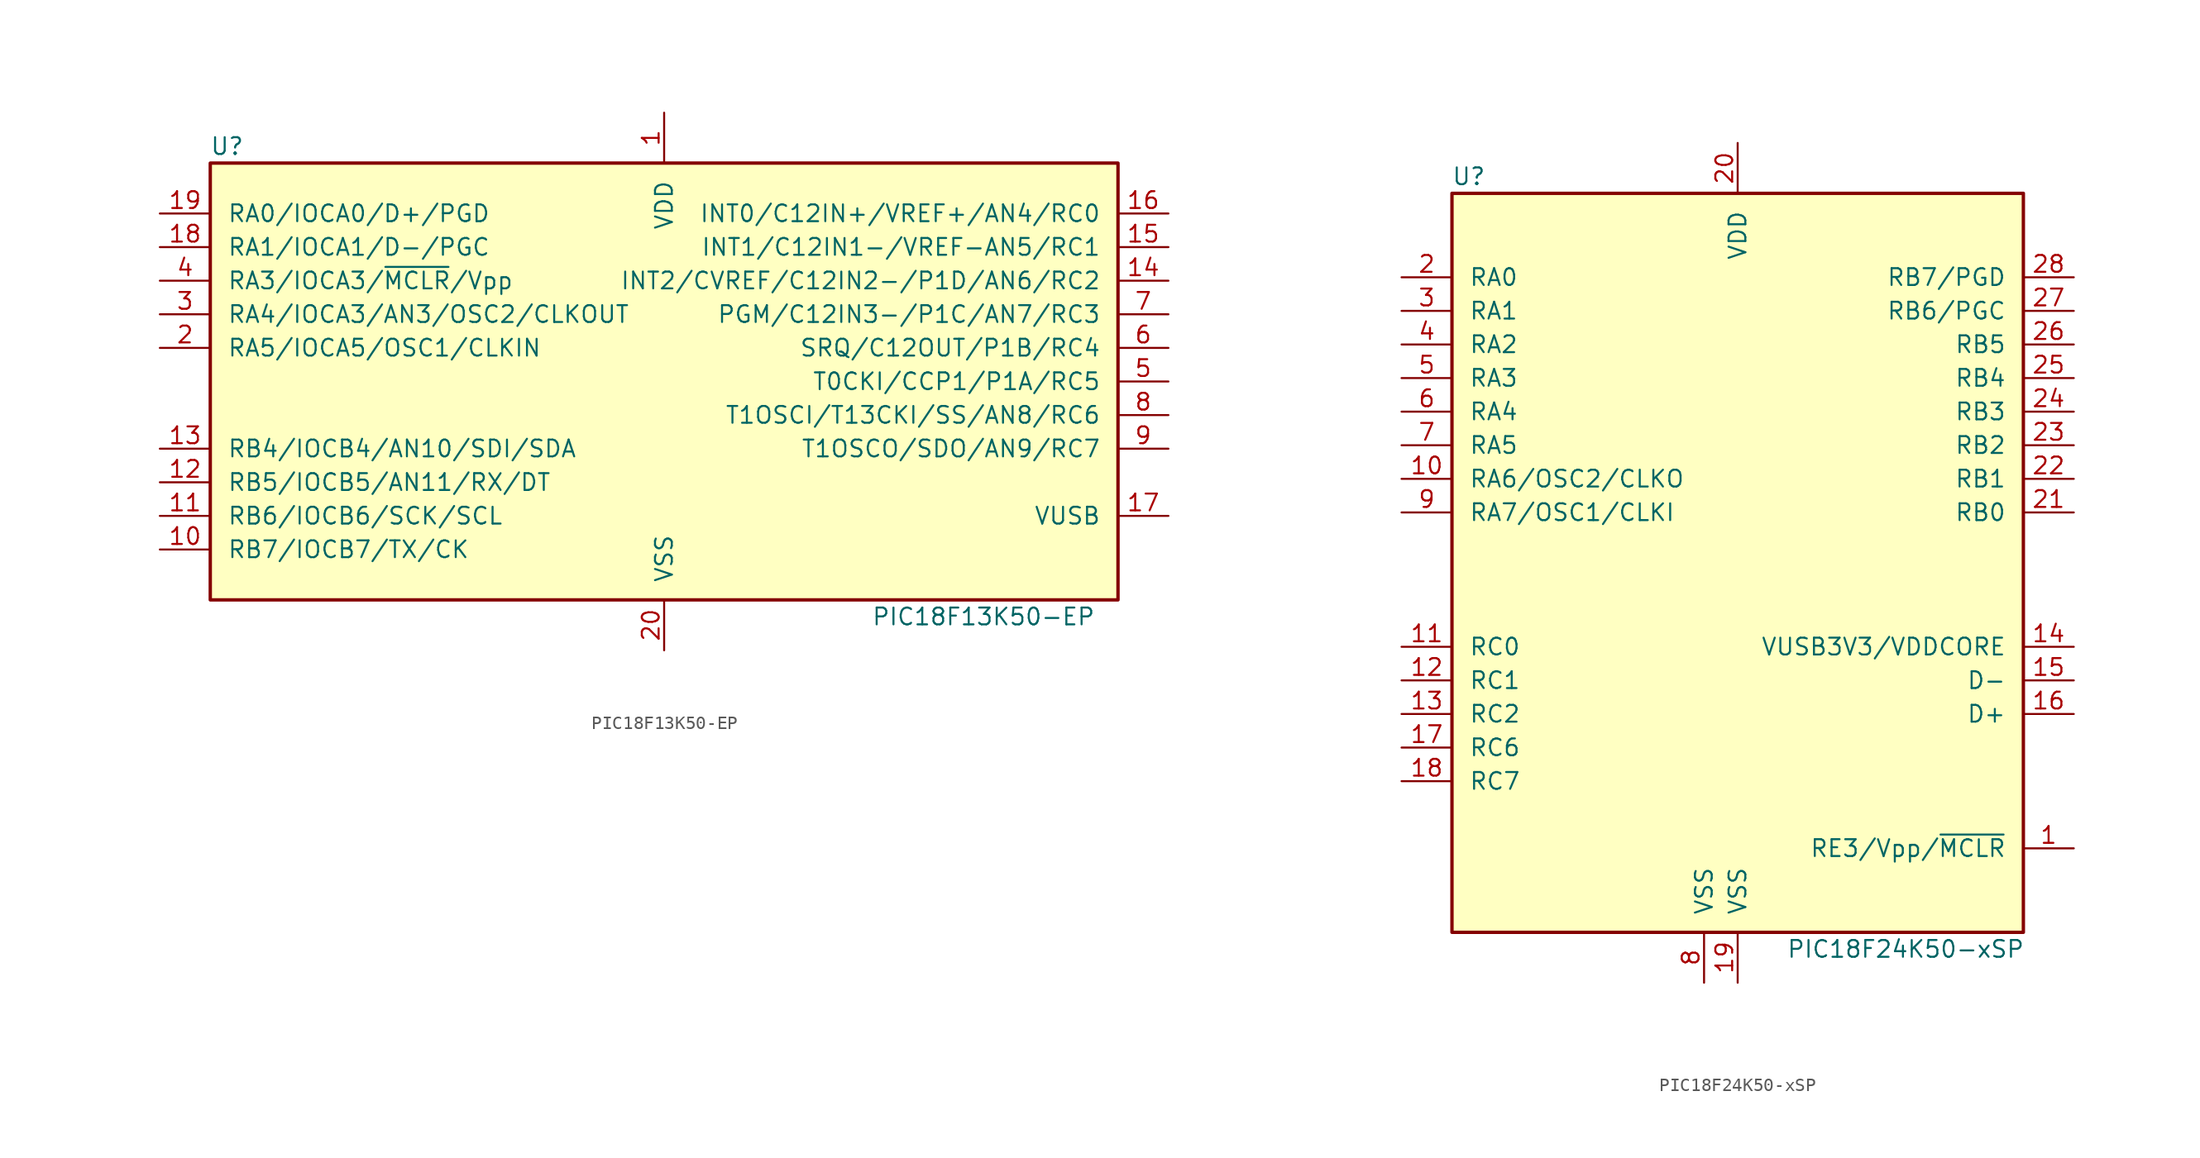
<source format=kicad_sym>
(kicad_symbol_lib
  (version 20200908)
  (generator kicad_symbol_editor)
  (symbol "MCU_Microchip_PIC18:PIC18F13K50-EP"
    (pin_names
      (offset 1.27))
    (property "Reference" "U"
      (at -33.02 17.78 0)
      (effects (font (size 1.27 1.27))))
    (property "Value" "PIC18F13K50-EP"
      (at 24.13 -17.78 0)
      (effects (font (size 1.27 1.27))))
    (symbol "PIC18F13K50-EP_0_1"
      (rectangle (start -34.29 16.51) (end 34.29 -16.51) (stroke (width 0.254)) (fill (type background))))
    (symbol "PIC18F13K50-EP_1_1"
      (pin power_in line (at 0 20.32 270) (length 3.81) (name "VDD" (effects (font (size 1.27 1.27)))) (number "1" (effects (font (size 1.27 1.27)))))
      (pin bidirectional line (at -38.1 -12.7 0) (length 3.81) (name "RB7/IOCB7/TX/CK" (effects (font (size 1.27 1.27)))) (number "10" (effects (font (size 1.27 1.27)))))
      (pin bidirectional line (at -38.1 -10.16 0) (length 3.81) (name "RB6/IOCB6/SCK/SCL" (effects (font (size 1.27 1.27)))) (number "11" (effects (font (size 1.27 1.27)))))
      (pin bidirectional line (at -38.1 -7.62 0) (length 3.81) (name "RB5/IOCB5/AN11/RX/DT" (effects (font (size 1.27 1.27)))) (number "12" (effects (font (size 1.27 1.27)))))
      (pin bidirectional line (at -38.1 -5.08 0) (length 3.81) (name "RB4/IOCB4/AN10/SDI/SDA" (effects (font (size 1.27 1.27)))) (number "13" (effects (font (size 1.27 1.27)))))
      (pin bidirectional line (at 38.1 7.62 180) (length 3.81) (name "INT2/CVREF/C12IN2-/P1D/AN6/RC2" (effects (font (size 1.27 1.27)))) (number "14" (effects (font (size 1.27 1.27)))))
      (pin bidirectional line (at 38.1 10.16 180) (length 3.81) (name "INT1/C12IN1-/VREF-AN5/RC1" (effects (font (size 1.27 1.27)))) (number "15" (effects (font (size 1.27 1.27)))))
      (pin bidirectional line (at 38.1 12.7 180) (length 3.81) (name "INT0/C12IN+/VREF+/AN4/RC0" (effects (font (size 1.27 1.27)))) (number "16" (effects (font (size 1.27 1.27)))))
      (pin passive line (at 38.1 -10.16 180) (length 3.81) (name "VUSB" (effects (font (size 1.27 1.27)))) (number "17" (effects (font (size 1.27 1.27)))))
      (pin bidirectional line (at -38.1 10.16 0) (length 3.81) (name "RA1/IOCA1/D-/PGC" (effects (font (size 1.27 1.27)))) (number "18" (effects (font (size 1.27 1.27)))))
      (pin bidirectional line (at -38.1 12.7 0) (length 3.81) (name "RA0/IOCA0/D+/PGD" (effects (font (size 1.27 1.27)))) (number "19" (effects (font (size 1.27 1.27)))))
      (pin bidirectional line (at -38.1 2.54 0) (length 3.81) (name "RA5/IOCA5/OSC1/CLKIN" (effects (font (size 1.27 1.27)))) (number "2" (effects (font (size 1.27 1.27)))))
      (pin power_in line (at 0 -20.32 90) (length 3.81) (name "VSS" (effects (font (size 1.27 1.27)))) (number "20" (effects (font (size 1.27 1.27)))))
      (pin bidirectional line (at -38.1 5.08 0) (length 3.81) (name "RA4/IOCA3/AN3/OSC2/CLKOUT" (effects (font (size 1.27 1.27)))) (number "3" (effects (font (size 1.27 1.27)))))
      (pin input line (at -38.1 7.62 0) (length 3.81) (name "RA3/IOCA3/~MCLR~/Vpp" (effects (font (size 1.27 1.27)))) (number "4" (effects (font (size 1.27 1.27)))))
      (pin bidirectional line (at 38.1 0 180) (length 3.81) (name "T0CKI/CCP1/P1A/RC5" (effects (font (size 1.27 1.27)))) (number "5" (effects (font (size 1.27 1.27)))))
      (pin bidirectional line (at 38.1 2.54 180) (length 3.81) (name "SRQ/C12OUT/P1B/RC4" (effects (font (size 1.27 1.27)))) (number "6" (effects (font (size 1.27 1.27)))))
      (pin bidirectional line (at 38.1 5.08 180) (length 3.81) (name "PGM/C12IN3-/P1C/AN7/RC3" (effects (font (size 1.27 1.27)))) (number "7" (effects (font (size 1.27 1.27)))))
      (pin bidirectional line (at 38.1 -2.54 180) (length 3.81) (name "T1OSCI/T13CKI/SS/AN8/RC6" (effects (font (size 1.27 1.27)))) (number "8" (effects (font (size 1.27 1.27)))))
      (pin bidirectional line (at 38.1 -5.08 180) (length 3.81) (name "T1OSCO/SDO/AN9/RC7" (effects (font (size 1.27 1.27)))) (number "9" (effects (font (size 1.27 1.27)))))))
  (symbol "MCU_Microchip_PIC18:PIC18F24K50-xSP"
    (pin_names
      (offset 1.27))
    (property "Reference" "U"
      (at -20.32 30.48 0)
      (effects (font (size 1.27 1.27))))
    (property "Value" "PIC18F24K50-xSP"
      (at 12.7 -27.94 0)
      (effects (font (size 1.27 1.27))))
    (symbol "PIC18F24K50-xSP_0_1"
      (rectangle (start -21.59 29.21) (end 21.59 -26.67) (stroke (width 0.254)) (fill (type background))))
    (symbol "PIC18F24K50-xSP_1_1"
      (pin input line (at 25.4 -20.32 180) (length 3.81) (name "RE3/Vpp/~MCLR~" (effects (font (size 1.27 1.27)))) (number "1" (effects (font (size 1.27 1.27)))))
      (pin output line (at -25.4 7.62 0) (length 3.81) (name "RA6/OSC2/CLKO" (effects (font (size 1.27 1.27)))) (number "10" (effects (font (size 1.27 1.27)))))
      (pin bidirectional line (at -25.4 -5.08 0) (length 3.81) (name "RC0" (effects (font (size 1.27 1.27)))) (number "11" (effects (font (size 1.27 1.27)))))
      (pin bidirectional line (at -25.4 -7.62 0) (length 3.81) (name "RC1" (effects (font (size 1.27 1.27)))) (number "12" (effects (font (size 1.27 1.27)))))
      (pin bidirectional line (at -25.4 -10.16 0) (length 3.81) (name "RC2" (effects (font (size 1.27 1.27)))) (number "13" (effects (font (size 1.27 1.27)))))
      (pin bidirectional line (at 25.4 -5.08 180) (length 3.81) (name "VUSB3V3/VDDCORE" (effects (font (size 1.27 1.27)))) (number "14" (effects (font (size 1.27 1.27)))))
      (pin bidirectional line (at 25.4 -7.62 180) (length 3.81) (name "D-" (effects (font (size 1.27 1.27)))) (number "15" (effects (font (size 1.27 1.27)))))
      (pin bidirectional line (at 25.4 -10.16 180) (length 3.81) (name "D+" (effects (font (size 1.27 1.27)))) (number "16" (effects (font (size 1.27 1.27)))))
      (pin bidirectional line (at -25.4 -12.7 0) (length 3.81) (name "RC6" (effects (font (size 1.27 1.27)))) (number "17" (effects (font (size 1.27 1.27)))))
      (pin bidirectional line (at -25.4 -15.24 0) (length 3.81) (name "RC7" (effects (font (size 1.27 1.27)))) (number "18" (effects (font (size 1.27 1.27)))))
      (pin power_in line (at 0 -30.48 90) (length 3.81) (name "VSS" (effects (font (size 1.27 1.27)))) (number "19" (effects (font (size 1.27 1.27)))))
      (pin bidirectional line (at -25.4 22.86 0) (length 3.81) (name "RA0" (effects (font (size 1.27 1.27)))) (number "2" (effects (font (size 1.27 1.27)))))
      (pin power_in line (at 0 33.02 270) (length 3.81) (name "VDD" (effects (font (size 1.27 1.27)))) (number "20" (effects (font (size 1.27 1.27)))))
      (pin bidirectional line (at 25.4 5.08 180) (length 3.81) (name "RB0" (effects (font (size 1.27 1.27)))) (number "21" (effects (font (size 1.27 1.27)))))
      (pin bidirectional line (at 25.4 7.62 180) (length 3.81) (name "RB1" (effects (font (size 1.27 1.27)))) (number "22" (effects (font (size 1.27 1.27)))))
      (pin bidirectional line (at 25.4 10.16 180) (length 3.81) (name "RB2" (effects (font (size 1.27 1.27)))) (number "23" (effects (font (size 1.27 1.27)))))
      (pin bidirectional line (at 25.4 12.7 180) (length 3.81) (name "RB3" (effects (font (size 1.27 1.27)))) (number "24" (effects (font (size 1.27 1.27)))))
      (pin bidirectional line (at 25.4 15.24 180) (length 3.81) (name "RB4" (effects (font (size 1.27 1.27)))) (number "25" (effects (font (size 1.27 1.27)))))
      (pin bidirectional line (at 25.4 17.78 180) (length 3.81) (name "RB5" (effects (font (size 1.27 1.27)))) (number "26" (effects (font (size 1.27 1.27)))))
      (pin bidirectional line (at 25.4 20.32 180) (length 3.81) (name "RB6/PGC" (effects (font (size 1.27 1.27)))) (number "27" (effects (font (size 1.27 1.27)))))
      (pin bidirectional line (at 25.4 22.86 180) (length 3.81) (name "RB7/PGD" (effects (font (size 1.27 1.27)))) (number "28" (effects (font (size 1.27 1.27)))))
      (pin bidirectional line (at -25.4 20.32 0) (length 3.81) (name "RA1" (effects (font (size 1.27 1.27)))) (number "3" (effects (font (size 1.27 1.27)))))
      (pin bidirectional line (at -25.4 17.78 0) (length 3.81) (name "RA2" (effects (font (size 1.27 1.27)))) (number "4" (effects (font (size 1.27 1.27)))))
      (pin bidirectional line (at -25.4 15.24 0) (length 3.81) (name "RA3" (effects (font (size 1.27 1.27)))) (number "5" (effects (font (size 1.27 1.27)))))
      (pin bidirectional line (at -25.4 12.7 0) (length 3.81) (name "RA4" (effects (font (size 1.27 1.27)))) (number "6" (effects (font (size 1.27 1.27)))))
      (pin bidirectional line (at -25.4 10.16 0) (length 3.81) (name "RA5" (effects (font (size 1.27 1.27)))) (number "7" (effects (font (size 1.27 1.27)))))
      (pin power_in line (at -2.54 -30.48 90) (length 3.81) (name "VSS" (effects (font (size 1.27 1.27)))) (number "8" (effects (font (size 1.27 1.27)))))
      (pin input line (at -25.4 5.08 0) (length 3.81) (name "RA7/OSC1/CLKI" (effects (font (size 1.27 1.27)))) (number "9" (effects (font (size 1.27 1.27))))))))
</source>
